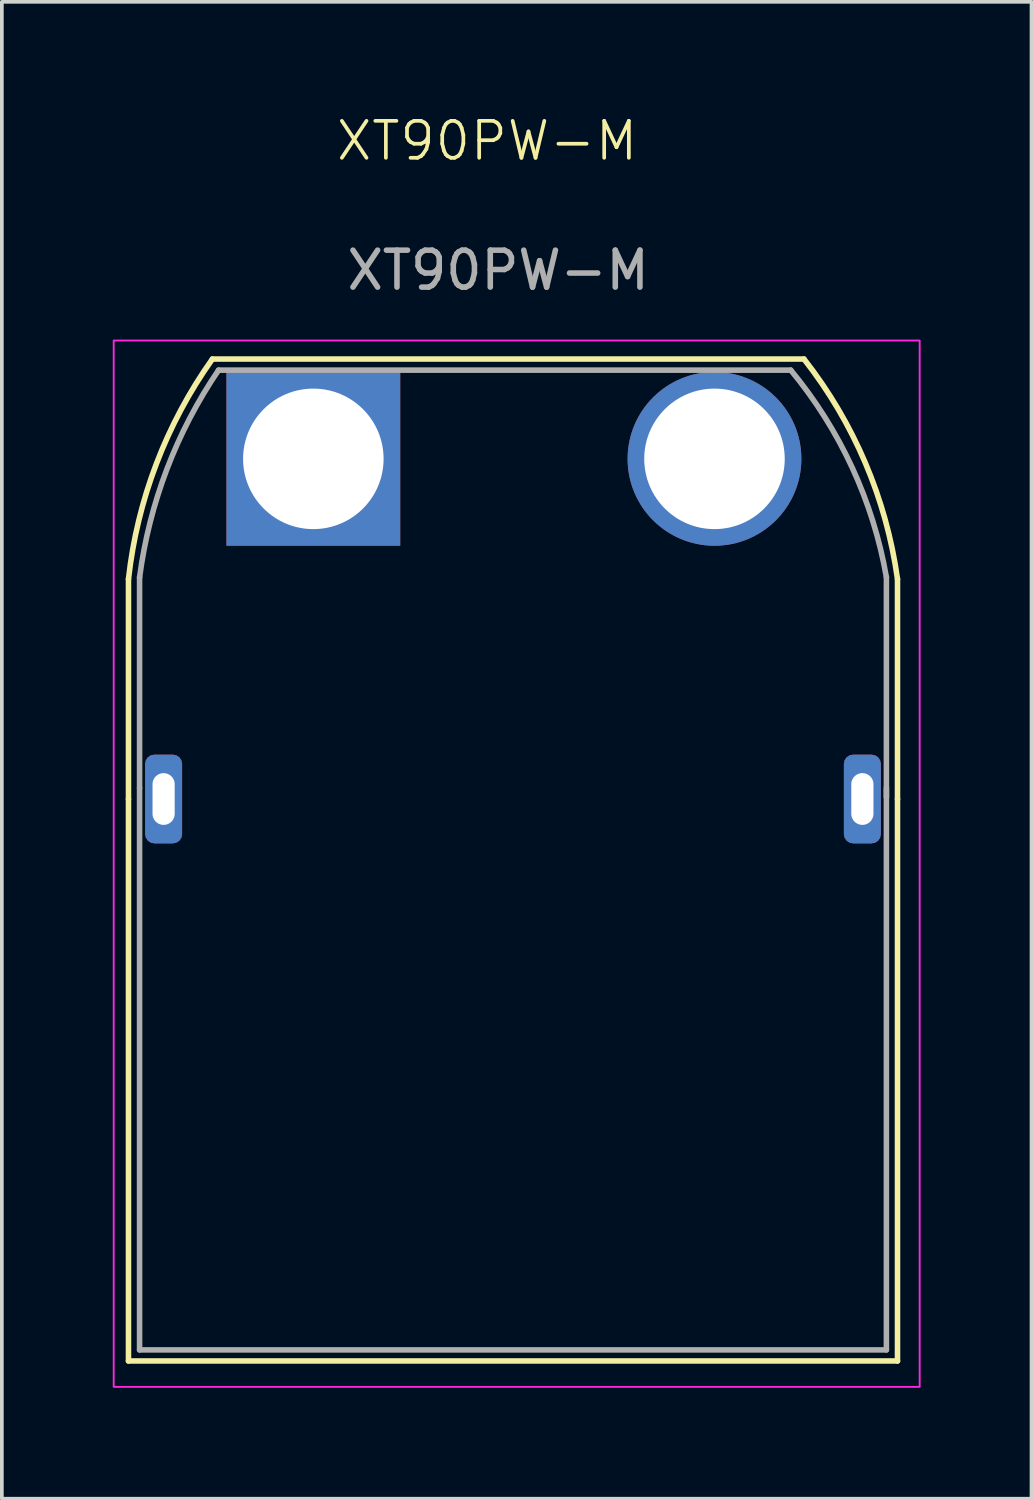
<source format=kicad_pcb>
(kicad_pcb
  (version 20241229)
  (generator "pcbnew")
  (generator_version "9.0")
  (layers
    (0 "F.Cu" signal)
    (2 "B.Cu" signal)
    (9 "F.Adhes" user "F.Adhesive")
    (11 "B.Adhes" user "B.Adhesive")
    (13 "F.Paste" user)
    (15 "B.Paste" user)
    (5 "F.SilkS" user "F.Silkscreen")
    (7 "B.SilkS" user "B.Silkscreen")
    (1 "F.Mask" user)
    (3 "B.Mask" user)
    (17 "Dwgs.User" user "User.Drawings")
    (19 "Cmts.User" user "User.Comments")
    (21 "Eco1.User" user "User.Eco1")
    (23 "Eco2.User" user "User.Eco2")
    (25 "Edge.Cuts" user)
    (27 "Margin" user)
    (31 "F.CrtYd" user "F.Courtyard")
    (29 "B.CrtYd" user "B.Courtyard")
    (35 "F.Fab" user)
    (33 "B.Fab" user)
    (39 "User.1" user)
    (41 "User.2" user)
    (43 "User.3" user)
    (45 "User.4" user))
  (footprint "XT90PW-M"
    (layer "F.Cu")
    (at 10.425 18.561)
    (property "Reference" "XT90PW-M" (at -0.3 -17.8 0) (unlocked yes) (layer "F.SilkS") (effects (font (size 1 1) (thickness 0.1))))
    (attr through_hole)
    (fp_line (start -10 0) (end -10 -5.95) (stroke (width 0.15) (type default)) (layer "F.SilkS"))
    (fp_line (start -10 0) (end -10 15.2) (stroke (width 0.15) (type default)) (layer "F.SilkS"))
    (fp_line (start -10 15.2) (end 10.8 15.2) (stroke (width 0.15) (type default)) (layer "F.SilkS"))
    (fp_line (start -7.73 -11.9) (end 8.27 -11.9) (stroke (width 0.15) (type default)) (layer "F.SilkS"))
    (fp_line (start 10.8 0) (end 10.8 -5.95) (stroke (width 0.15) (type default)) (layer "F.SilkS"))
    (fp_line (start 10.8 15.2) (end 10.8 0) (stroke (width 0.15) (type default)) (layer "F.SilkS"))
    (fp_arc (start -10 -5.95) (mid -9.244386 -9.06974) (end -7.73 -11.9) (stroke (width 0.15) (type default)) (layer "F.SilkS"))
    (fp_arc (start 8.27 -11.9) (mid 9.929111 -9.09258) (end 10.8 -5.95) (stroke (width 0.15) (type default)) (layer "F.SilkS"))
    (fp_rect (start -10.4 15.9) (end 11.4 -12.4) (stroke (width 0.05) (type default)) (fill no) (layer "F.CrtYd"))
    (fp_line (start -9.7 -0.3) (end -9.7 -6) (stroke (width 0.15) (type default)) (layer "F.Fab"))
    (fp_line (start -9.7 -0.3) (end -9.7 14.9) (stroke (width 0.15) (type default)) (layer "F.Fab"))
    (fp_line (start -9.7 14.9) (end 10.5 14.9) (stroke (width 0.15) (type default)) (layer "F.Fab"))
    (fp_line (start -7.564 -11.6) (end 7.913 -11.6) (stroke (width 0.15) (type default)) (layer "F.Fab"))
    (fp_line (start 10.5 -0.05) (end 10.5 -6) (stroke (width 0.15) (type default)) (layer "F.Fab"))
    (fp_line (start 10.5 14.9) (end 10.5 -0.3) (stroke (width 0.15) (type default)) (layer "F.Fab"))
    (fp_arc (start -9.7 -5.990497) (mid -8.960904 -8.920596) (end -7.563571 -11.6) (stroke (width 0.15) (type default)) (layer "F.Fab"))
    (fp_arc (start 7.913074 -11.6) (mid 9.572123 -8.968883) (end 10.499999 -6) (stroke (width 0.15) (type default)) (layer "F.Fab"))
    (fp_text user "${REFERENCE}" (at 0 -14.3 0) (unlocked yes) (layer "F.Fab") (effects (font (size 1 1) (thickness 0.15))))
    (pad "1" thru_hole circle (at 5.85 -9.2) (size 4.7 4.7) (drill 3.8) (layers "*.Cu" "*.Mask"))
    (pad "2" thru_hole rect (at -5 -9.2) (size 4.7 4.7) (drill 3.8) (layers "*.Cu" "*.Mask"))
    (pad "3" thru_hole roundrect (at 9.85 0) (size 1 2.4) (drill oval 0.6 1.4) (layers "*.Cu" "*.Mask") (roundrect_rratio 0.25))
    (pad "4" thru_hole roundrect (at -9.05 0) (size 1 2.4) (drill oval 0.6 1.4) (layers "*.Cu" "*.Mask") (roundrect_rratio 0.25)))
  (gr_rect
    (start -3 -3)
    (end 24.85 37.486)
    (stroke (width 0.1) (type default))
    (fill no)
    (layer "Edge.Cuts")))
</source>
